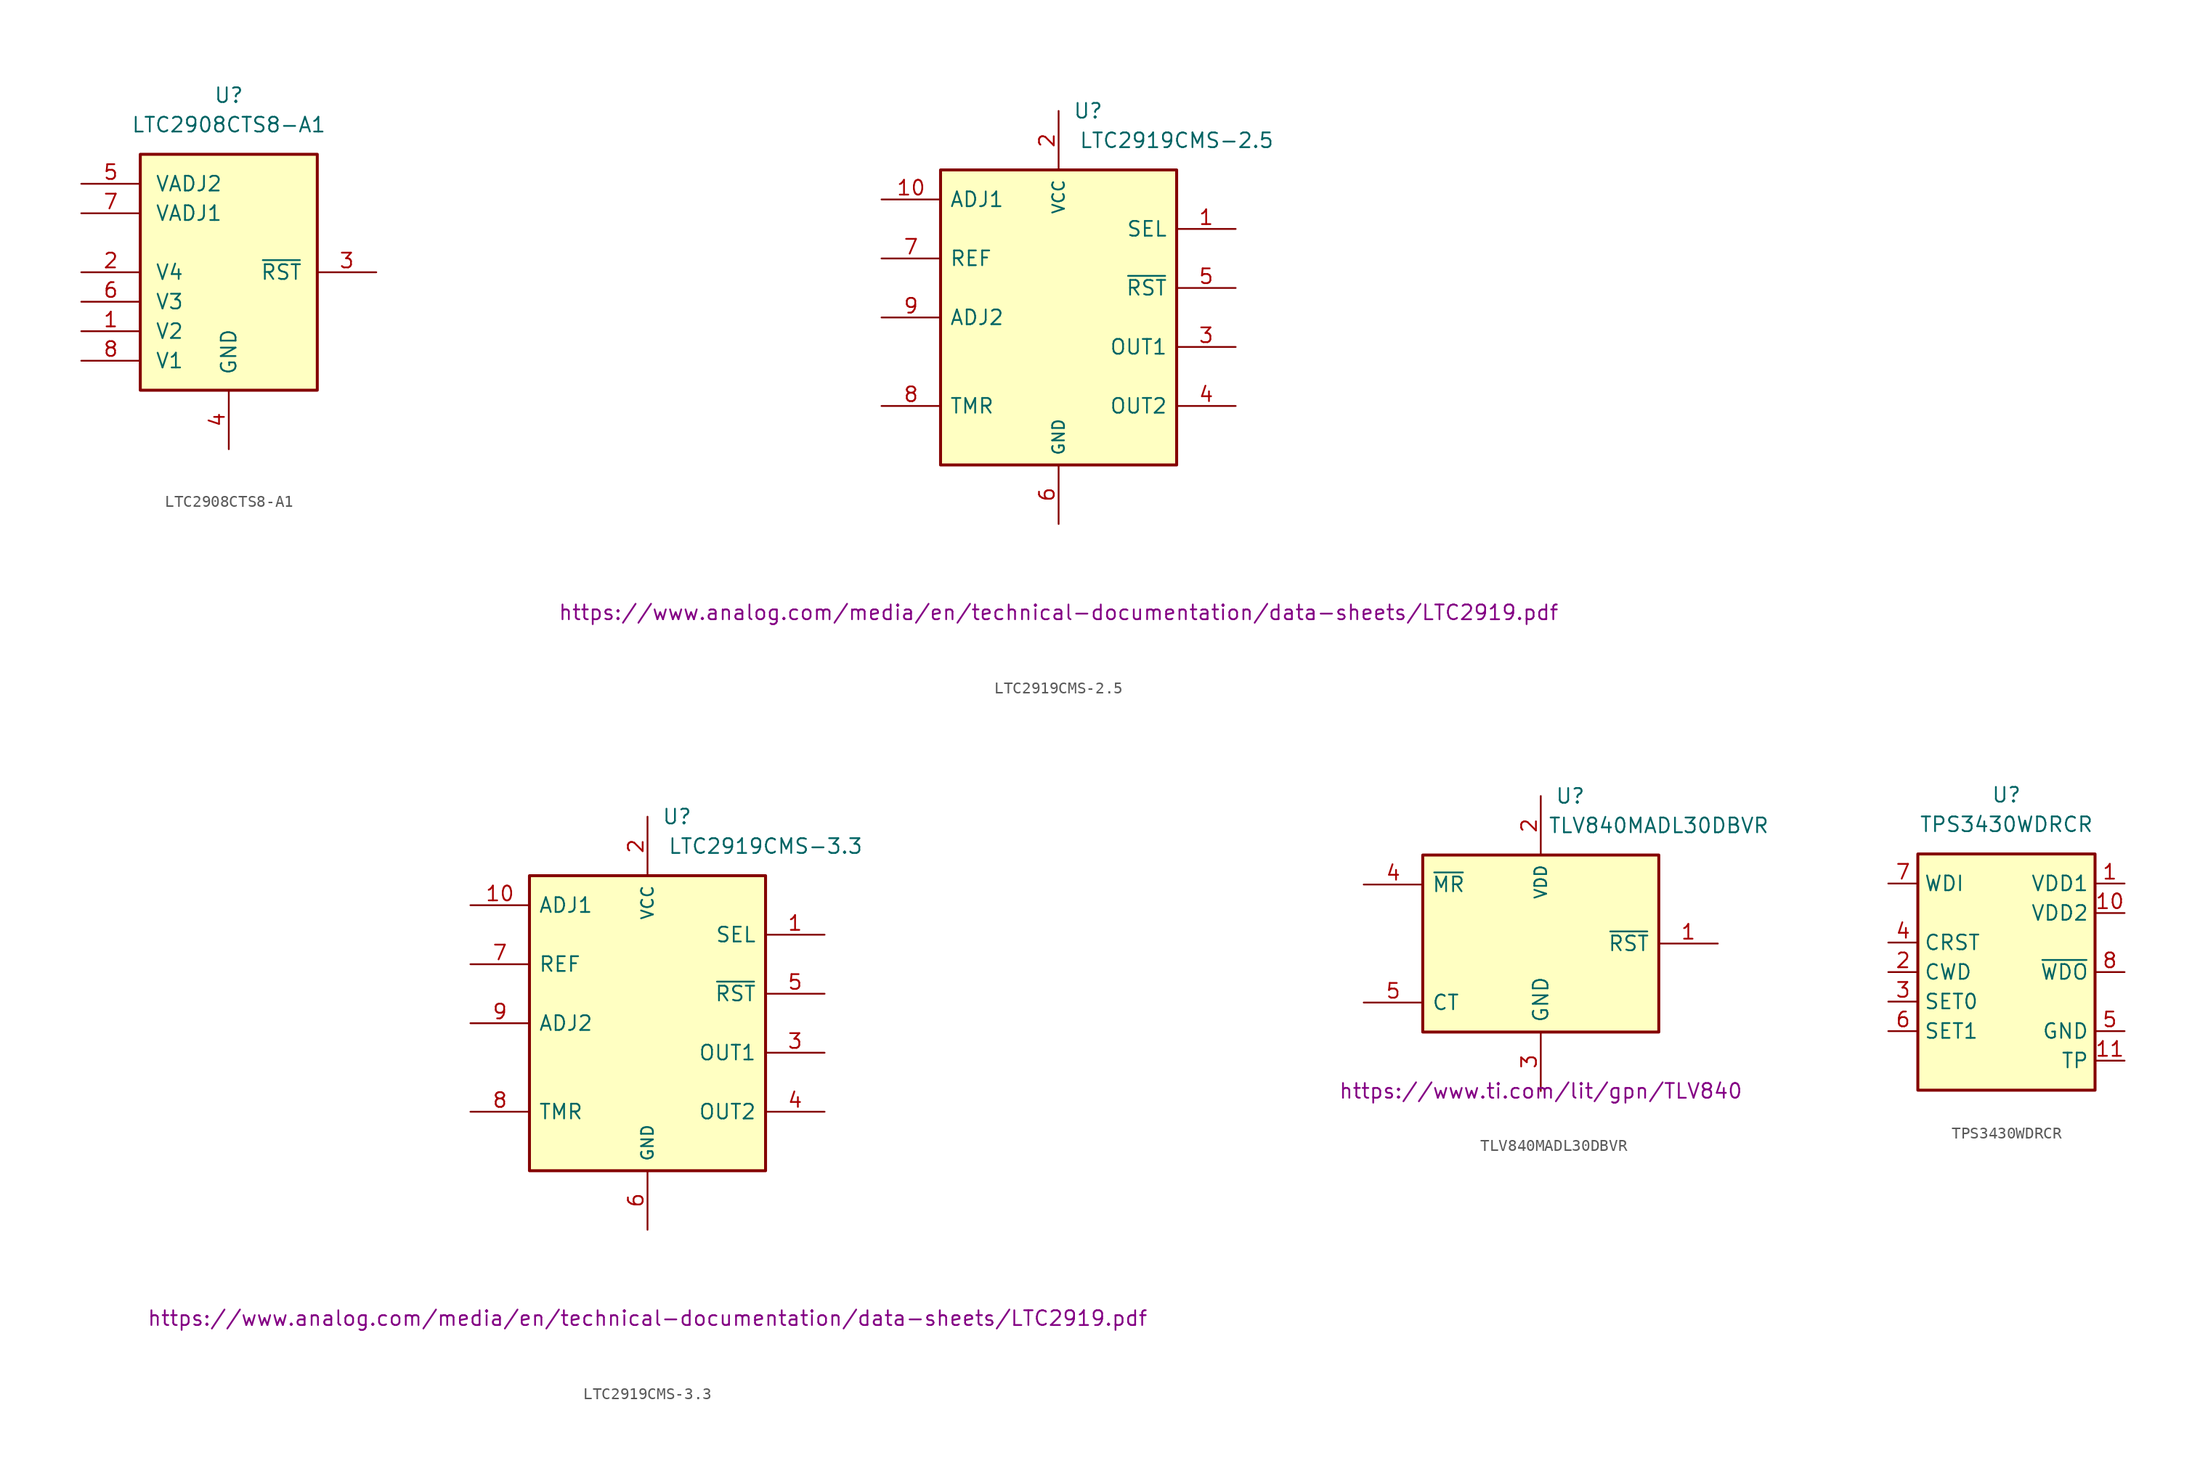
<source format=kicad_sym>
(kicad_symbol_lib
  (version 20231120)
  (generator "kicad_symbol_editor")
  (generator_version "7.99")
  (symbol "LTC2908CTS8-A1"
    (pin_names
      (offset 1.27))
    (property "Reference" "U"
      (at 0 15.24 0)
      (effects (font (size 1.27 1.27))))
    (property "Value" "LTC2908CTS8-A1"
      (at 0 12.7 0)
      (effects (font (size 1.27 1.27))))
    (symbol "LTC2908CTS8-A1_1_1"
      (rectangle (start -7.62 10.16) (end 7.62 -10.16) (stroke (width 0.254) (type default)) (fill (type background)))
      (pin input line (at -12.7 -5.08 0) (length 5.08) (name "V2" (effects (font (size 1.27 1.27)))) (number "1" (effects (font (size 1.27 1.27)))))
      (pin input line (at -12.7 0 0) (length 5.08) (name "V4" (effects (font (size 1.27 1.27)))) (number "2" (effects (font (size 1.27 1.27)))))
      (pin output line (at 12.7 0 180) (length 5.08) (name "~{RST}" (effects (font (size 1.27 1.27)))) (number "3" (effects (font (size 1.27 1.27)))))
      (pin power_in line (at 0 -15.24 90) (length 5.08) (name "GND" (effects (font (size 1.27 1.27)))) (number "4" (effects (font (size 1.27 1.27)))))
      (pin input line (at -12.7 7.62 0) (length 5.08) (name "VADJ2" (effects (font (size 1.27 1.27)))) (number "5" (effects (font (size 1.27 1.27)))))
      (pin input line (at -12.7 -2.54 0) (length 5.08) (name "V3" (effects (font (size 1.27 1.27)))) (number "6" (effects (font (size 1.27 1.27)))))
      (pin input line (at -12.7 5.08 0) (length 5.08) (name "VADJ1" (effects (font (size 1.27 1.27)))) (number "7" (effects (font (size 1.27 1.27)))))
      (pin input line (at -12.7 -7.62 0) (length 5.08) (name "V1" (effects (font (size 1.27 1.27)))) (number "8" (effects (font (size 1.27 1.27)))))))
  (symbol "LTC2919CMS-2.5"
    (pin_names
      (offset 0.762))
    (property "Reference" "U"
      (at 2.54 17.78 0)
      (effects (font (size 1.27 1.27))))
    (property "Value" "LTC2919CMS-2.5"
      (at 10.16 15.24 0)
      (effects (font (size 1.27 1.27))))
    (property "Datasheet" "https://www.analog.com/media/en/technical-documentation/data-sheets/LTC2919.pdf"
      (at 0 -25.4 0)
      (effects (font (size 1.27 1.27))))
    (symbol "LTC2919CMS-2.5_1_0"
      (pin power_in line (at 0 17.78 270) (length 5.08) (name "VCC" (effects (font (size 1.016 1.016)))) (number "2" (effects (font (size 1.27 1.27)))))
      (pin power_in line (at 0 -17.78 90) (length 5.08) (name "GND" (effects (font (size 1.016 1.016)))) (number "6" (effects (font (size 1.27 1.27))))))
    (symbol "LTC2919CMS-2.5_1_1"
      (rectangle (start -10.16 12.7) (end 10.16 -12.7) (stroke (width 0.254) (type default)) (fill (type background)))
      (pin input line (at 15.24 7.62 180) (length 5.08) (name "SEL" (effects (font (size 1.27 1.27)))) (number "1" (effects (font (size 1.27 1.27)))))
      (pin input line (at -15.24 10.16 0) (length 5.08) (name "ADJ1" (effects (font (size 1.27 1.27)))) (number "10" (effects (font (size 1.27 1.27)))))
      (pin open_collector line (at 15.24 -2.54 180) (length 5.08) (name "OUT1" (effects (font (size 1.27 1.27)))) (number "3" (effects (font (size 1.27 1.27)))))
      (pin open_collector line (at 15.24 -7.62 180) (length 5.08) (name "OUT2" (effects (font (size 1.27 1.27)))) (number "4" (effects (font (size 1.27 1.27)))))
      (pin open_collector line (at 15.24 2.54 180) (length 5.08) (name "~{RST}" (effects (font (size 1.27 1.27)))) (number "5" (effects (font (size 1.27 1.27)))))
      (pin output line (at -15.24 5.08 0) (length 5.08) (name "REF" (effects (font (size 1.27 1.27)))) (number "7" (effects (font (size 1.27 1.27)))))
      (pin passive line (at -15.24 -7.62 0) (length 5.08) (name "TMR" (effects (font (size 1.27 1.27)))) (number "8" (effects (font (size 1.27 1.27)))))
      (pin input line (at -15.24 0 0) (length 5.08) (name "ADJ2" (effects (font (size 1.27 1.27)))) (number "9" (effects (font (size 1.27 1.27)))))))
  (symbol "LTC2919CMS-3.3"
    (pin_names
      (offset 0.762))
    (property "Reference" "U"
      (at 2.54 17.78 0)
      (effects (font (size 1.27 1.27))))
    (property "Value" "LTC2919CMS-3.3"
      (at 10.16 15.24 0)
      (effects (font (size 1.27 1.27))))
    (property "Datasheet" "https://www.analog.com/media/en/technical-documentation/data-sheets/LTC2919.pdf"
      (at 0 -25.4 0)
      (effects (font (size 1.27 1.27))))
    (symbol "LTC2919CMS-3.3_1_0"
      (pin power_in line (at 0 17.78 270) (length 5.08) (name "VCC" (effects (font (size 1.016 1.016)))) (number "2" (effects (font (size 1.27 1.27)))))
      (pin power_in line (at 0 -17.78 90) (length 5.08) (name "GND" (effects (font (size 1.016 1.016)))) (number "6" (effects (font (size 1.27 1.27))))))
    (symbol "LTC2919CMS-3.3_1_1"
      (rectangle (start -10.16 12.7) (end 10.16 -12.7) (stroke (width 0.254) (type default)) (fill (type background)))
      (pin input line (at 15.24 7.62 180) (length 5.08) (name "SEL" (effects (font (size 1.27 1.27)))) (number "1" (effects (font (size 1.27 1.27)))))
      (pin input line (at -15.24 10.16 0) (length 5.08) (name "ADJ1" (effects (font (size 1.27 1.27)))) (number "10" (effects (font (size 1.27 1.27)))))
      (pin open_collector line (at 15.24 -2.54 180) (length 5.08) (name "OUT1" (effects (font (size 1.27 1.27)))) (number "3" (effects (font (size 1.27 1.27)))))
      (pin open_collector line (at 15.24 -7.62 180) (length 5.08) (name "OUT2" (effects (font (size 1.27 1.27)))) (number "4" (effects (font (size 1.27 1.27)))))
      (pin open_collector line (at 15.24 2.54 180) (length 5.08) (name "~{RST}" (effects (font (size 1.27 1.27)))) (number "5" (effects (font (size 1.27 1.27)))))
      (pin output line (at -15.24 5.08 0) (length 5.08) (name "REF" (effects (font (size 1.27 1.27)))) (number "7" (effects (font (size 1.27 1.27)))))
      (pin passive line (at -15.24 -7.62 0) (length 5.08) (name "TMR" (effects (font (size 1.27 1.27)))) (number "8" (effects (font (size 1.27 1.27)))))
      (pin input line (at -15.24 0 0) (length 5.08) (name "ADJ2" (effects (font (size 1.27 1.27)))) (number "9" (effects (font (size 1.27 1.27)))))))
  (symbol "TLV840MADL30DBVR"
    (pin_names
      (offset 0.762))
    (property "Reference" "U"
      (at 2.54 12.7 0)
      (effects (font (size 1.27 1.27))))
    (property "Value" "TLV840MADL30DBVR"
      (at 10.16 10.16 0)
      (effects (font (size 1.27 1.27))))
    (property "Datasheet" "https://www.ti.com/lit/gpn/TLV840"
      (at 0 -12.7 0)
      (effects (font (size 1.27 1.27))))
    (symbol "TLV840MADL30DBVR_1_0"
      (pin power_in line (at 0 12.7 270) (length 5.08) (name "VDD" (effects (font (size 1.016 1.016)))) (number "2" (effects (font (size 1.27 1.27))))))
    (symbol "TLV840MADL30DBVR_1_1"
      (rectangle (start -10.16 7.62) (end 10.16 -7.62) (stroke (width 0.254) (type default)) (fill (type background)))
      (pin open_collector line (at 15.24 0 180) (length 5.08) (name "~{RST}" (effects (font (size 1.27 1.27)))) (number "1" (effects (font (size 1.27 1.27)))))
      (pin open_collector line (at 0 -12.7 90) (length 5.08) (name "GND" (effects (font (size 1.27 1.27)))) (number "3" (effects (font (size 1.27 1.27)))))
      (pin passive line (at -15.24 5.08 0) (length 5.08) (name "~{MR}" (effects (font (size 1.27 1.27)))) (number "4" (effects (font (size 1.27 1.27)))))
      (pin passive line (at -15.24 -5.08 0) (length 5.08) (name "CT" (effects (font (size 1.27 1.27)))) (number "5" (effects (font (size 1.27 1.27)))))))
  (symbol "TPS3430WDRCR"
    (property "Reference" "U"
      (at 0 15.24 0)
      (effects (font (size 1.27 1.27))))
    (property "Value" "TPS3430WDRCR"
      (at 0 12.7 0)
      (effects (font (size 1.27 1.27))))
    (symbol "TPS3430WDRCR_0_1"
      (rectangle (start -7.62 10.16) (end 7.62 -10.16) (stroke (width 0.254) (type default)) (fill (type background))))
    (symbol "TPS3430WDRCR_1_0"
      (pin power_in line (at 10.16 5.08 180) (length 2.54) (name "VDD2" (effects (font (size 1.27 1.27)))) (number "10" (effects (font (size 1.27 1.27)))))
      (pin power_in line (at 10.16 -7.62 180) (length 2.54) (name "TP" (effects (font (size 1.27 1.27)))) (number "11" (effects (font (size 1.27 1.27))))))
    (symbol "TPS3430WDRCR_1_1"
      (pin power_in line (at 10.16 7.62 180) (length 2.54) (name "VDD1" (effects (font (size 1.27 1.27)))) (number "1" (effects (font (size 1.27 1.27)))))
      (pin passive line (at -10.16 0 0) (length 2.54) (name "CWD" (effects (font (size 1.27 1.27)))) (number "2" (effects (font (size 1.27 1.27)))))
      (pin input line (at -10.16 -2.54 0) (length 2.54) (name "SET0" (effects (font (size 1.27 1.27)))) (number "3" (effects (font (size 1.27 1.27)))))
      (pin passive line (at -10.16 2.54 0) (length 2.54) (name "CRST" (effects (font (size 1.27 1.27)))) (number "4" (effects (font (size 1.27 1.27)))))
      (pin power_in line (at 10.16 -5.08 180) (length 2.54) (name "GND" (effects (font (size 1.27 1.27)))) (number "5" (effects (font (size 1.27 1.27)))))
      (pin input line (at -10.16 -5.08 0) (length 2.54) (name "SET1" (effects (font (size 1.27 1.27)))) (number "6" (effects (font (size 1.27 1.27)))))
      (pin input line (at -10.16 7.62 0) (length 2.54) (name "WDI" (effects (font (size 1.27 1.27)))) (number "7" (effects (font (size 1.27 1.27)))))
      (pin open_collector line (at 10.16 0 180) (length 2.54) (name "~{WDO}" (effects (font (size 1.27 1.27)))) (number "8" (effects (font (size 1.27 1.27)))))
      (pin no_connect line (at -7.62 -7.62 0) (length 2.54) hide (name "NC" (effects (font (size 1.27 1.27)))) (number "9" (effects (font (size 1.27 1.27))))))))
</source>
